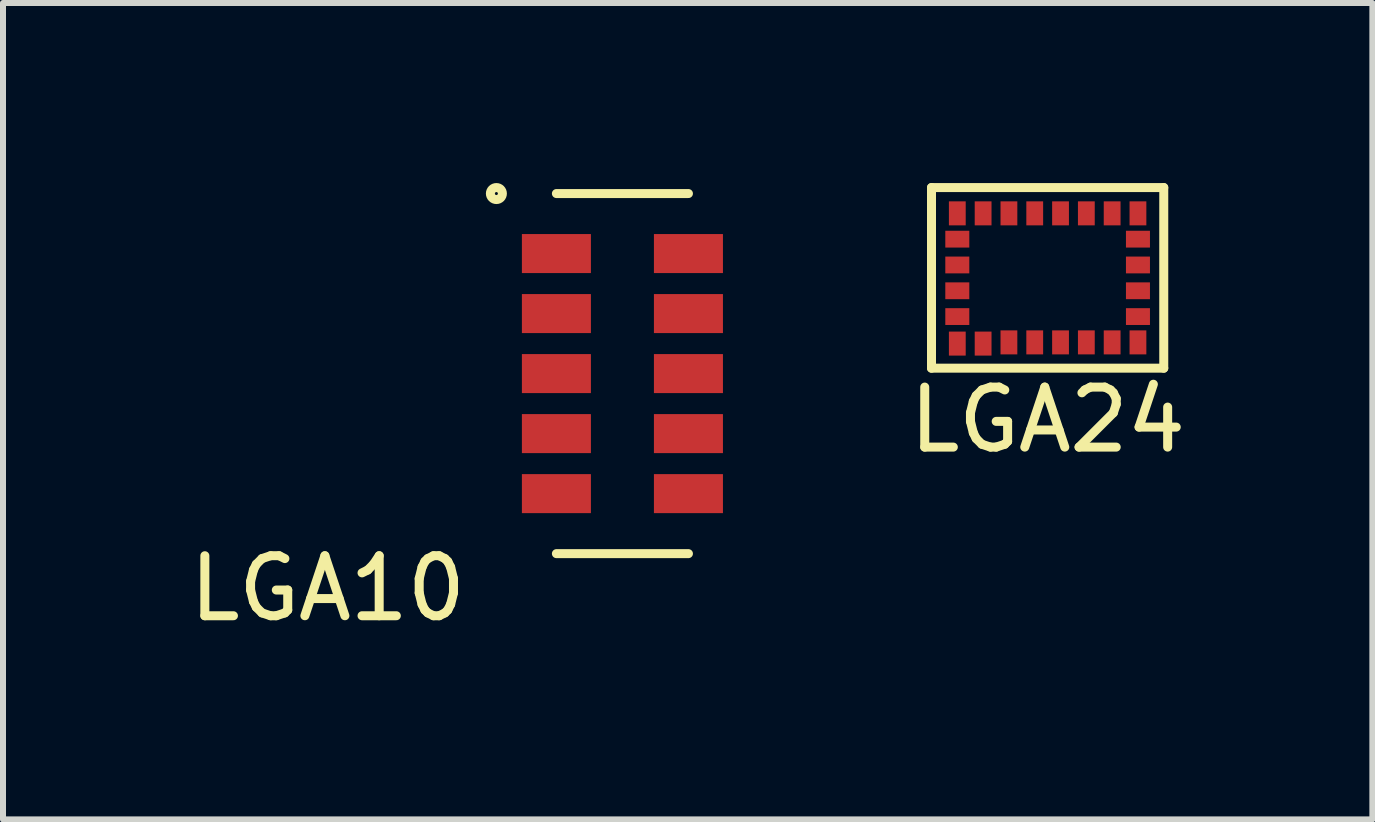
<source format=kicad_pcb>
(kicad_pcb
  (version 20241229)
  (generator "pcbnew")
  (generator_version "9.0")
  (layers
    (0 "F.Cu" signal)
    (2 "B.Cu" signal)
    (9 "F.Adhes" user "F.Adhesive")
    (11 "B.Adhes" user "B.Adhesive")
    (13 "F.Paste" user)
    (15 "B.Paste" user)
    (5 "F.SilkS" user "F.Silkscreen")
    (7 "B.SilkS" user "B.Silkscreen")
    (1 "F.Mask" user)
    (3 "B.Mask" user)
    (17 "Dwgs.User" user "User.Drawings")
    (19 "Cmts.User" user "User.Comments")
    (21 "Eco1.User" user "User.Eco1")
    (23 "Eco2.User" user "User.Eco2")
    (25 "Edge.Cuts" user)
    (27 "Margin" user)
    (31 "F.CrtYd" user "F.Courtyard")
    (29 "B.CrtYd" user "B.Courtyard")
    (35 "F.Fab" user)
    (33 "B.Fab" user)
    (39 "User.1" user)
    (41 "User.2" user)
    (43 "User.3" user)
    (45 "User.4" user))
  (footprint "LGA24"
    (layer "F.Cu")
    (at 14.406 1.58)
    (property "Reference" "LGA24" (at 0 2.365 0) (layer "F.SilkS") (effects (font (size 1 1) (thickness 0.15))))
    (attr through_hole)
    (fp_line (start -1.935 -1.505) (end -1.935 1.505) (stroke (width 0.15) (type solid)) (layer "F.SilkS"))
    (fp_line (start -1.935 1.505) (end 1.935 1.505) (stroke (width 0.15) (type solid)) (layer "F.SilkS"))
    (fp_line (start 1.935 -1.505) (end -1.935 -1.505) (stroke (width 0.15) (type solid)) (layer "F.SilkS"))
    (fp_line (start 1.935 1.505) (end 1.935 -1.505) (stroke (width 0.15) (type solid)) (layer "F.SilkS"))
    (pad "1" smd rect (at -1.505 -1.075 90) (size 0.4 0.28) (layers "F.Cu" "F.Mask" "F.Paste"))
    (pad "2" smd rect (at -1.505 -0.645 180) (size 0.4 0.28) (layers "F.Cu" "F.Mask" "F.Paste"))
    (pad "3" smd rect (at -1.505 -0.215 180) (size 0.4 0.28) (layers "F.Cu" "F.Mask" "F.Paste"))
    (pad "4" smd rect (at -1.505 0.215 180) (size 0.4 0.28) (layers "F.Cu" "F.Mask" "F.Paste"))
    (pad "5" smd rect (at -1.505 0.645 180) (size 0.4 0.28) (layers "F.Cu" "F.Mask" "F.Paste"))
    (pad "6" smd rect (at -1.505 1.095 90) (size 0.4 0.28) (layers "F.Cu" "F.Mask" "F.Paste"))
    (pad "7" smd rect (at -1.075 1.095 90) (size 0.4 0.28) (layers "F.Cu" "F.Mask" "F.Paste"))
    (pad "8" smd rect (at -0.645 1.075 90) (size 0.4 0.28) (layers "F.Cu" "F.Mask" "F.Paste"))
    (pad "9" smd rect (at -0.215 1.075 90) (size 0.4 0.28) (layers "F.Cu" "F.Mask" "F.Paste"))
    (pad "10" smd rect (at 0.215 1.075 90) (size 0.4 0.28) (layers "F.Cu" "F.Mask" "F.Paste"))
    (pad "11" smd rect (at 0.645 1.075 90) (size 0.4 0.28) (layers "F.Cu" "F.Mask" "F.Paste"))
    (pad "12" smd rect (at 1.075 1.075 90) (size 0.4 0.28) (layers "F.Cu" "F.Mask" "F.Paste"))
    (pad "13" smd rect (at 1.505 1.075 90) (size 0.4 0.28) (layers "F.Cu" "F.Mask" "F.Paste"))
    (pad "14" smd rect (at 1.505 0.645 180) (size 0.4 0.28) (layers "F.Cu" "F.Mask" "F.Paste"))
    (pad "15" smd rect (at 1.505 0.215 180) (size 0.4 0.28) (layers "F.Cu" "F.Mask" "F.Paste"))
    (pad "16" smd rect (at 1.505 -0.215 180) (size 0.4 0.28) (layers "F.Cu" "F.Mask" "F.Paste"))
    (pad "17" smd rect (at 1.505 -0.645 180) (size 0.4 0.28) (layers "F.Cu" "F.Mask" "F.Paste"))
    (pad "18" smd rect (at 1.505 -1.075 90) (size 0.4 0.28) (layers "F.Cu" "F.Mask" "F.Paste"))
    (pad "19" smd rect (at 1.075 -1.075 90) (size 0.4 0.28) (layers "F.Cu" "F.Mask" "F.Paste"))
    (pad "20" smd rect (at 0.645 -1.075 90) (size 0.4 0.28) (layers "F.Cu" "F.Mask" "F.Paste"))
    (pad "21" smd rect (at 0.215 -1.075 90) (size 0.4 0.28) (layers "F.Cu" "F.Mask" "F.Paste"))
    (pad "22" smd rect (at -0.215 -1.075 90) (size 0.4 0.28) (layers "F.Cu" "F.Mask" "F.Paste"))
    (pad "23" smd rect (at -0.645 -1.075 90) (size 0.4 0.28) (layers "F.Cu" "F.Mask" "F.Paste"))
    (pad "24" smd rect (at -1.075 -1.075 90) (size 0.4 0.28) (layers "F.Cu" "F.Mask" "F.Paste")))
  (footprint "LGA10"
    (layer "F.Cu")
    (at 6.221 1.175)
    (property "Reference" "LGA10" (at -3.81 5.58 0) (layer "F.SilkS") (effects (font (size 1 1) (thickness 0.15))))
    (attr through_hole)
    (fp_line (start 0 -1) (end 2.2 -1) (stroke (width 0.15) (type solid)) (layer "F.SilkS"))
    (fp_line (start 0 5) (end 2.2 5) (stroke (width 0.15) (type solid)) (layer "F.SilkS"))
    (fp_circle (center -1 -1) (end -0.9 -1) (stroke (width 0.15) (type solid)) (fill no) (layer "F.SilkS"))
    (pad "1" smd rect (at 0 0) (size 1.15 0.65) (layers "F.Cu" "F.Mask" "F.Paste"))
    (pad "2" smd rect (at 0 1) (size 1.15 0.65) (layers "F.Cu" "F.Mask" "F.Paste"))
    (pad "3" smd rect (at 0 2) (size 1.15 0.65) (layers "F.Cu" "F.Mask" "F.Paste"))
    (pad "4" smd rect (at 0 3) (size 1.15 0.65) (layers "F.Cu" "F.Mask" "F.Paste"))
    (pad "5" smd rect (at 0 4) (size 1.15 0.65) (layers "F.Cu" "F.Mask" "F.Paste"))
    (pad "6" smd rect (at 2.2 4) (size 1.15 0.65) (layers "F.Cu" "F.Mask" "F.Paste"))
    (pad "7" smd rect (at 2.2 3) (size 1.15 0.65) (layers "F.Cu" "F.Mask" "F.Paste"))
    (pad "8" smd rect (at 2.2 2) (size 1.15 0.65) (layers "F.Cu" "F.Mask" "F.Paste"))
    (pad "9" smd rect (at 2.2 1) (size 1.15 0.65) (layers "F.Cu" "F.Mask" "F.Paste"))
    (pad "10" smd rect (at 2.2 0) (size 1.15 0.65) (layers "F.Cu" "F.Mask" "F.Paste")))
  (gr_rect
    (start -3 -3)
    (end 19.817 10.603)
    (stroke (width 0.1) (type default))
    (fill no)
    (layer "Edge.Cuts")))
</source>
